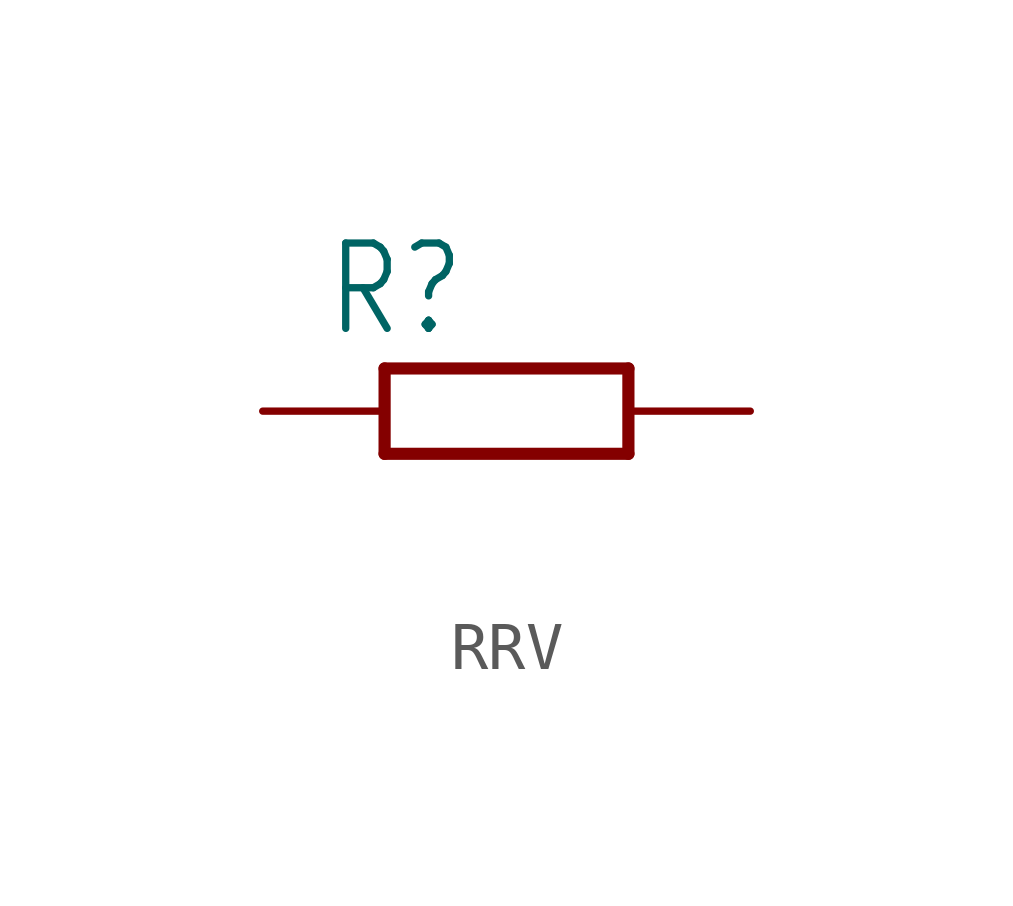
<source format=kicad_sym>
(kicad_symbol_lib
  (version 20241209)
  (generator "kicad_symbol_editor")
  (generator_version "9.0")
  (symbol "RRV"
    (property "Reference" "R"
      (at -3.81 1.499 0)
      (effects (font (size 1.778 1.511)) (justify left bottom)))
    (property "Value" ""
      (at -3.81 -3.302 0)
      (effects (font (size 1.778 1.511)) (justify left bottom)))
    (property "ki_locked" ""
      (at 0 0 0)
      (effects (font (size 1.27 1.27))))
    (symbol "RRV_1_0"
      (polyline (pts (xy -2.54 -0.889) (xy -2.54 0.889)) (stroke (width 0.254) (type solid)) (fill (type none)))
      (polyline (pts (xy -2.54 -0.889) (xy 2.54 -0.889)) (stroke (width 0.254) (type solid)) (fill (type none)))
      (polyline (pts (xy 2.54 0.889) (xy -2.54 0.889)) (stroke (width 0.254) (type solid)) (fill (type none)))
      (polyline (pts (xy 2.54 -0.889) (xy 2.54 0.889)) (stroke (width 0.254) (type solid)) (fill (type none)))
      (pin passive line (at -5.08 0 0) (length 2.54) (name "1" (effects (font (size 0 0)))) (number "1" (effects (font (size 0 0)))))
      (pin passive line (at 5.08 0 180) (length 2.54) (name "2" (effects (font (size 0 0)))) (number "2" (effects (font (size 0 0))))))))
</source>
